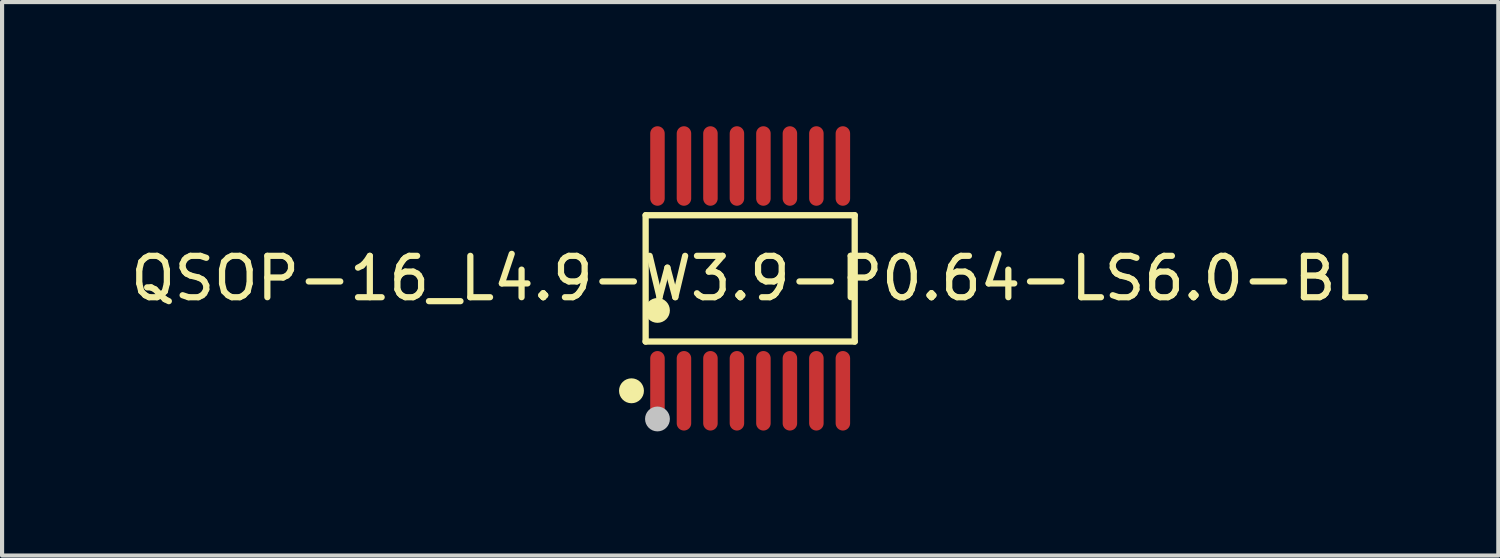
<source format=kicad_pcb>
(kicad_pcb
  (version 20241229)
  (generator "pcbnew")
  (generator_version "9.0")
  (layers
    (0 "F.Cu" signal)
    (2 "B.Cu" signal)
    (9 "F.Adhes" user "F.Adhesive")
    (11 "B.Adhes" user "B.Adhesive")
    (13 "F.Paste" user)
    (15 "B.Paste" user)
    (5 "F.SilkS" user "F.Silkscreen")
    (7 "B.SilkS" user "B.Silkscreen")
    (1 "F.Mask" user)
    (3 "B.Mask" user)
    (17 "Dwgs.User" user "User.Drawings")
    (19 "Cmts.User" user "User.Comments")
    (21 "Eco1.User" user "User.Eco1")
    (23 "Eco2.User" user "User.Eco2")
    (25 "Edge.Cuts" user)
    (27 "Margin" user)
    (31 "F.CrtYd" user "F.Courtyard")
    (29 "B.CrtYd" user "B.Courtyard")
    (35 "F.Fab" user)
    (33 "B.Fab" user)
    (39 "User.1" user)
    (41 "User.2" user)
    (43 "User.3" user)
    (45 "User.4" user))
  (footprint "QSOP-16_L4.9-W3.9-P0.64-LS6.0-BL"
    (layer "F.Cu")
    (at 15.077 3.677)
    (property "Reference" "QSOP-16_L4.9-W3.9-P0.64-LS6.0-BL" (at 0 0 0) (layer "F.SilkS") (effects (font (size 1 1) (thickness 0.15))))
    (fp_line (start -2.526 -1.526) (end 2.526 -1.526) (stroke (width 0.152) (type default)) (layer "F.SilkS"))
    (fp_line (start -2.526 1.526) (end -2.526 -1.526) (stroke (width 0.152) (type default)) (layer "F.SilkS"))
    (fp_line (start 2.526 -1.526) (end 2.526 1.526) (stroke (width 0.152) (type default)) (layer "F.SilkS"))
    (fp_line (start 2.526 1.526) (end -2.526 1.526) (stroke (width 0.152) (type default)) (layer "F.SilkS"))
    (fp_circle (center -2.868 2.716) (end -2.717 2.716) (stroke (width 0.3) (type default)) (fill no) (layer "F.SilkS"))
    (fp_circle (center -2.24 0.774) (end -2.09 0.774) (stroke (width 0.3) (type default)) (fill no) (layer "F.SilkS"))
    (fp_circle (center -2.24 3.397) (end -2.09 3.397) (stroke (width 0.3) (type default)) (fill no) (layer "Dwgs.User"))
    (fp_poly (pts (xy -2.365 -2.998) (xy -2.365 -2.158) (xy -2.115 -2.158) (xy -2.115 -2.998)) (stroke (width 0.1) (type default)) (fill no) (layer "User.1"))
    (fp_poly (pts (xy -2.365 -2.167) (xy -2.365 -1.945) (xy -2.115 -1.945) (xy -2.115 -2.167)) (stroke (width 0.1) (type default)) (fill no) (layer "User.1"))
    (fp_poly (pts (xy -2.365 2.167) (xy -2.365 1.945) (xy -2.115 1.945) (xy -2.115 2.167)) (stroke (width 0.1) (type default)) (fill no) (layer "User.1"))
    (fp_poly (pts (xy -2.365 2.998) (xy -2.365 2.158) (xy -2.115 2.158) (xy -2.115 2.998)) (stroke (width 0.1) (type default)) (fill no) (layer "User.1"))
    (fp_poly (pts (xy -1.725 -2.998) (xy -1.725 -2.158) (xy -1.475 -2.158) (xy -1.475 -2.998)) (stroke (width 0.1) (type default)) (fill no) (layer "User.1"))
    (fp_poly (pts (xy -1.725 -2.167) (xy -1.725 -1.945) (xy -1.475 -1.945) (xy -1.475 -2.167)) (stroke (width 0.1) (type default)) (fill no) (layer "User.1"))
    (fp_poly (pts (xy -1.725 2.167) (xy -1.725 1.945) (xy -1.475 1.945) (xy -1.475 2.167)) (stroke (width 0.1) (type default)) (fill no) (layer "User.1"))
    (fp_poly (pts (xy -1.725 2.998) (xy -1.725 2.158) (xy -1.475 2.158) (xy -1.475 2.998)) (stroke (width 0.1) (type default)) (fill no) (layer "User.1"))
    (fp_poly (pts (xy -1.085 -2.998) (xy -1.085 -2.158) (xy -0.835 -2.158) (xy -0.835 -2.998)) (stroke (width 0.1) (type default)) (fill no) (layer "User.1"))
    (fp_poly (pts (xy -1.085 -2.167) (xy -1.085 -1.945) (xy -0.835 -1.945) (xy -0.835 -2.167)) (stroke (width 0.1) (type default)) (fill no) (layer "User.1"))
    (fp_poly (pts (xy -1.085 2.167) (xy -1.085 1.945) (xy -0.835 1.945) (xy -0.835 2.167)) (stroke (width 0.1) (type default)) (fill no) (layer "User.1"))
    (fp_poly (pts (xy -1.085 2.998) (xy -1.085 2.158) (xy -0.835 2.158) (xy -0.835 2.998)) (stroke (width 0.1) (type default)) (fill no) (layer "User.1"))
    (fp_poly (pts (xy -0.445 -2.998) (xy -0.445 -2.158) (xy -0.195 -2.158) (xy -0.195 -2.998)) (stroke (width 0.1) (type default)) (fill no) (layer "User.1"))
    (fp_poly (pts (xy -0.445 -2.167) (xy -0.445 -1.945) (xy -0.195 -1.945) (xy -0.195 -2.167)) (stroke (width 0.1) (type default)) (fill no) (layer "User.1"))
    (fp_poly (pts (xy -0.445 2.167) (xy -0.445 1.945) (xy -0.195 1.945) (xy -0.195 2.167)) (stroke (width 0.1) (type default)) (fill no) (layer "User.1"))
    (fp_poly (pts (xy -0.445 2.998) (xy -0.445 2.158) (xy -0.195 2.158) (xy -0.195 2.998)) (stroke (width 0.1) (type default)) (fill no) (layer "User.1"))
    (fp_poly (pts (xy 0.195 -2.998) (xy 0.195 -2.158) (xy 0.445 -2.158) (xy 0.445 -2.998)) (stroke (width 0.1) (type default)) (fill no) (layer "User.1"))
    (fp_poly (pts (xy 0.195 -2.167) (xy 0.195 -1.945) (xy 0.445 -1.945) (xy 0.445 -2.167)) (stroke (width 0.1) (type default)) (fill no) (layer "User.1"))
    (fp_poly (pts (xy 0.195 2.167) (xy 0.195 1.945) (xy 0.445 1.945) (xy 0.445 2.167)) (stroke (width 0.1) (type default)) (fill no) (layer "User.1"))
    (fp_poly (pts (xy 0.195 2.998) (xy 0.195 2.158) (xy 0.445 2.158) (xy 0.445 2.998)) (stroke (width 0.1) (type default)) (fill no) (layer "User.1"))
    (fp_poly (pts (xy 0.835 -2.998) (xy 0.835 -2.158) (xy 1.085 -2.158) (xy 1.085 -2.998)) (stroke (width 0.1) (type default)) (fill no) (layer "User.1"))
    (fp_poly (pts (xy 0.835 -2.167) (xy 0.835 -1.945) (xy 1.085 -1.945) (xy 1.085 -2.167)) (stroke (width 0.1) (type default)) (fill no) (layer "User.1"))
    (fp_poly (pts (xy 0.835 2.167) (xy 0.835 1.945) (xy 1.085 1.945) (xy 1.085 2.167)) (stroke (width 0.1) (type default)) (fill no) (layer "User.1"))
    (fp_poly (pts (xy 0.835 2.998) (xy 0.835 2.158) (xy 1.085 2.158) (xy 1.085 2.998)) (stroke (width 0.1) (type default)) (fill no) (layer "User.1"))
    (fp_poly (pts (xy 1.475 -2.998) (xy 1.475 -2.158) (xy 1.725 -2.158) (xy 1.725 -2.998)) (stroke (width 0.1) (type default)) (fill no) (layer "User.1"))
    (fp_poly (pts (xy 1.475 -2.167) (xy 1.475 -1.945) (xy 1.725 -1.945) (xy 1.725 -2.167)) (stroke (width 0.1) (type default)) (fill no) (layer "User.1"))
    (fp_poly (pts (xy 1.475 2.167) (xy 1.475 1.945) (xy 1.725 1.945) (xy 1.725 2.167)) (stroke (width 0.1) (type default)) (fill no) (layer "User.1"))
    (fp_poly (pts (xy 1.475 2.998) (xy 1.475 2.158) (xy 1.725 2.158) (xy 1.725 2.998)) (stroke (width 0.1) (type default)) (fill no) (layer "User.1"))
    (fp_poly (pts (xy 2.115 -2.998) (xy 2.115 -2.158) (xy 2.365 -2.158) (xy 2.365 -2.998)) (stroke (width 0.1) (type default)) (fill no) (layer "User.1"))
    (fp_poly (pts (xy 2.115 -2.167) (xy 2.115 -1.945) (xy 2.365 -1.945) (xy 2.365 -2.167)) (stroke (width 0.1) (type default)) (fill no) (layer "User.1"))
    (fp_poly (pts (xy 2.115 2.167) (xy 2.115 1.945) (xy 2.365 1.945) (xy 2.365 2.167)) (stroke (width 0.1) (type default)) (fill no) (layer "User.1"))
    (fp_poly (pts (xy 2.115 2.998) (xy 2.115 2.158) (xy 2.365 2.158) (xy 2.365 2.998)) (stroke (width 0.1) (type default)) (fill no) (layer "User.1"))
    (fp_line (start -2.45 -1.955) (end 2.45 -1.955) (stroke (width 0.051) (type default)) (layer "User.2"))
    (fp_line (start -2.45 1.955) (end -2.45 -1.955) (stroke (width 0.051) (type default)) (layer "User.2"))
    (fp_line (start 2.45 -1.955) (end 2.45 1.955) (stroke (width 0.051) (type default)) (layer "User.2"))
    (fp_line (start 2.45 1.955) (end -2.45 1.955) (stroke (width 0.051) (type default)) (layer "User.2"))
    (fp_poly (pts (xy -2.395 2.975) (xy -2.427 2.942) (xy -2.473 2.942) (xy -2.505 2.975) (xy -2.505 3.02) (xy -2.473 3.053) (xy -2.427 3.053) (xy -2.395 3.02)) (stroke (width 0.1) (type default)) (fill no) (layer "User.3"))
    (pad "1" smd oval (at -2.24 2.716) (size 0.35 1.921) (layers "F.Cu" "F.Mask" "F.Paste"))
    (pad "2" smd oval (at -1.6 2.716) (size 0.35 1.921) (layers "F.Cu" "F.Mask" "F.Paste"))
    (pad "3" smd oval (at -0.96 2.716) (size 0.35 1.921) (layers "F.Cu" "F.Mask" "F.Paste"))
    (pad "4" smd oval (at -0.32 2.716) (size 0.35 1.921) (layers "F.Cu" "F.Mask" "F.Paste"))
    (pad "5" smd oval (at 0.32 2.716) (size 0.35 1.921) (layers "F.Cu" "F.Mask" "F.Paste"))
    (pad "6" smd oval (at 0.96 2.716) (size 0.35 1.921) (layers "F.Cu" "F.Mask" "F.Paste"))
    (pad "7" smd oval (at 1.6 2.716) (size 0.35 1.921) (layers "F.Cu" "F.Mask" "F.Paste"))
    (pad "8" smd oval (at 2.24 2.716) (size 0.35 1.921) (layers "F.Cu" "F.Mask" "F.Paste"))
    (pad "9" smd oval (at 2.24 -2.716) (size 0.35 1.921) (layers "F.Cu" "F.Mask" "F.Paste"))
    (pad "10" smd oval (at 1.6 -2.716) (size 0.35 1.921) (layers "F.Cu" "F.Mask" "F.Paste"))
    (pad "11" smd oval (at 0.96 -2.716) (size 0.35 1.921) (layers "F.Cu" "F.Mask" "F.Paste"))
    (pad "12" smd oval (at 0.32 -2.716) (size 0.35 1.921) (layers "F.Cu" "F.Mask" "F.Paste"))
    (pad "13" smd oval (at -0.32 -2.716) (size 0.35 1.921) (layers "F.Cu" "F.Mask" "F.Paste"))
    (pad "14" smd oval (at -0.96 -2.716) (size 0.35 1.921) (layers "F.Cu" "F.Mask" "F.Paste"))
    (pad "15" smd oval (at -1.6 -2.716) (size 0.35 1.921) (layers "F.Cu" "F.Mask" "F.Paste"))
    (pad "16" smd oval (at -2.24 -2.716) (size 0.35 1.921) (layers "F.Cu" "F.Mask" "F.Paste")))
  (gr_rect
    (start -3 -3)
    (end 33.155 10.374)
    (stroke (width 0.1) (type default))
    (fill no)
    (layer "Edge.Cuts")))
</source>
